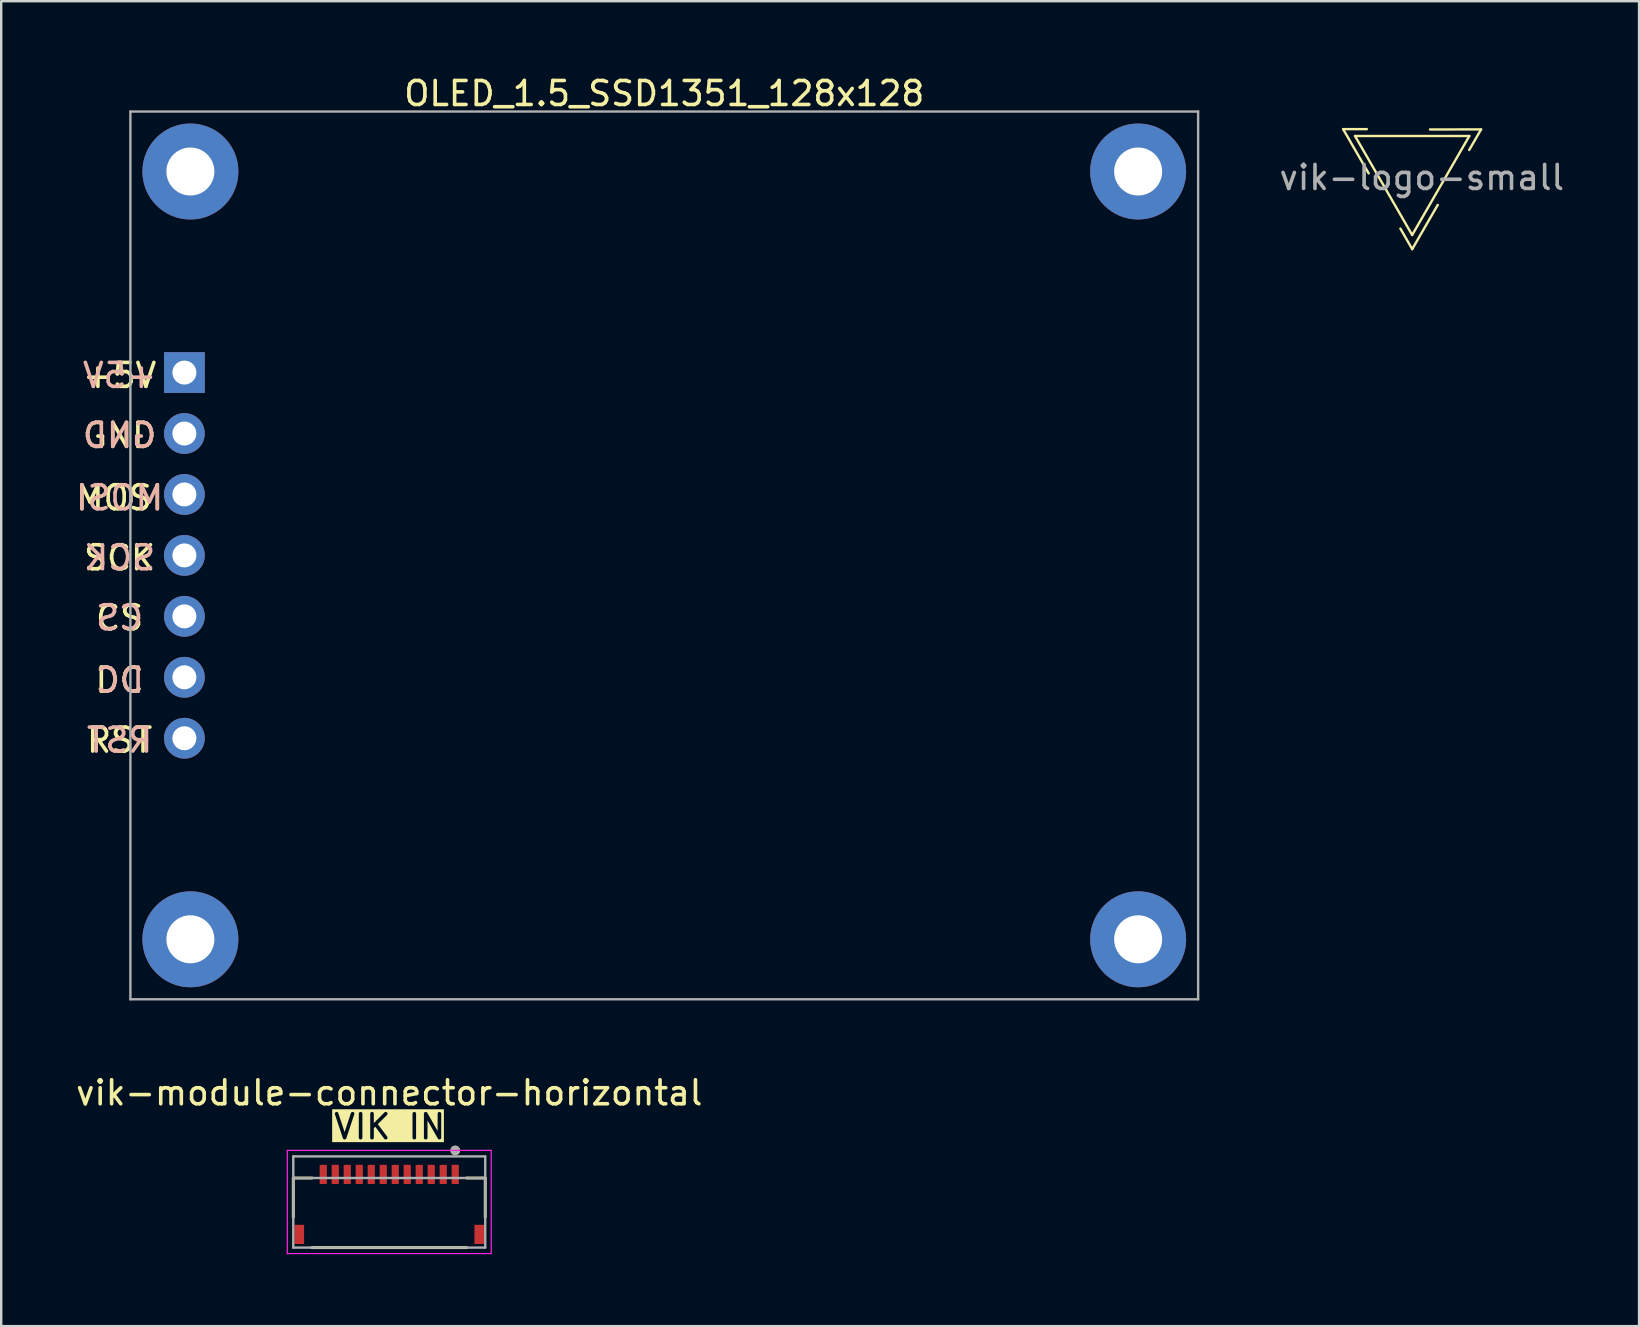
<source format=kicad_pcb>
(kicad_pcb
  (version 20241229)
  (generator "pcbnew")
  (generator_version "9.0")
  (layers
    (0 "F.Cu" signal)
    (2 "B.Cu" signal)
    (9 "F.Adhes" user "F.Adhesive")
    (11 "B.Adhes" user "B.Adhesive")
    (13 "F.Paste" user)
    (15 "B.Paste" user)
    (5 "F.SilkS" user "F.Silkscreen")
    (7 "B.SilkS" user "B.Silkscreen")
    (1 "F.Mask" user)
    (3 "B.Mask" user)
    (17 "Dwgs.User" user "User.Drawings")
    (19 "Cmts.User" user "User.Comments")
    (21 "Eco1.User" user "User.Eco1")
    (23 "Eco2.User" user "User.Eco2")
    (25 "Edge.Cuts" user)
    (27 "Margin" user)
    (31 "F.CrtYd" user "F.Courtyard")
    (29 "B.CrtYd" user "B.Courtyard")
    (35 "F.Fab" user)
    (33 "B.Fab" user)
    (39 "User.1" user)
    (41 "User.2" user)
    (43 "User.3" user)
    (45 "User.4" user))
  (footprint "vik-logo-small"
    (layer "F.Cu")
    (at 55.808 4.138)
    (property "Reference" "vik-logo-small" (at 0.18 -3.29 0) (unlocked yes) (layer "User.1") (effects (font (size 1 1) (thickness 0.15))))
    (attr smd)
    (fp_line (start -2.88 -1.806) (end -1.892 -1.806) (stroke (width 0.1) (type solid)) (layer "F.SilkS"))
    (fp_line (start -2.384 -1.52) (end 2.38 -1.52) (stroke (width 0.1) (type solid)) (layer "F.SilkS"))
    (fp_line (start -1.816 0.037) (end -2.88 -1.806) (stroke (width 0.1) (type solid)) (layer "F.SilkS"))
    (fp_line (start -0.002 2.606) (end -2.384 -1.52) (stroke (width 0.1) (type solid)) (layer "F.SilkS"))
    (fp_line (start 0.000114 3.195) (end -0.493 2.339) (stroke (width 0.1) (type solid)) (layer "F.SilkS"))
    (fp_line (start 0.741 -1.793) (end 2.87 -1.794) (stroke (width 0.1) (type solid)) (layer "F.SilkS"))
    (fp_line (start 1.064 1.352) (end 0.000114 3.195) (stroke (width 0.1) (type solid)) (layer "F.SilkS"))
    (fp_line (start 2.38 -1.52) (end -0.002 2.606) (stroke (width 0.1) (type solid)) (layer "F.SilkS"))
    (fp_line (start 2.87 -1.794) (end 2.375 -0.938) (stroke (width 0.1) (type solid)) (layer "F.SilkS"))
    (fp_text user "${REFERENCE}" (at 0.4 0.21 0) (unlocked yes) (layer "F.Fab") (effects (font (size 1 1) (thickness 0.15)))))
  (footprint "OLED_1.5_SSD1351_128x128"
    (layer "F.Cu")
    (at 24.635 20.098)
    (property "Reference" "OLED_1.5_SSD1351_128x128" (at 0 -19.25 0) (layer "F.SilkS") (effects (font (size 1 1) (thickness 0.15))))
    (attr through_hole)
    (fp_line (start -22.25 -18.5) (end 22.25 -18.5) (stroke (width 0.1) (type solid)) (layer "F.Fab"))
    (fp_line (start -22.25 18.5) (end -22.25 -18.5) (stroke (width 0.1) (type solid)) (layer "F.Fab"))
    (fp_line (start 22.25 -18.5) (end 22.25 18.5) (stroke (width 0.1) (type solid)) (layer "F.Fab"))
    (fp_line (start 22.25 18.5) (end -22.25 18.5) (stroke (width 0.1) (type solid)) (layer "F.Fab"))
    (fp_text user "+5V" (at -22.7 -7.5 0) (unlocked yes) (layer "F.SilkS") (effects (font (size 1 1) (thickness 0.15))))
    (fp_text user "MOSI" (at -22.7 -2.4 0) (unlocked yes) (layer "F.SilkS") (effects (font (size 1 1) (thickness 0.15))))
    (fp_text user "CS" (at -22.7 2.6 0) (unlocked yes) (layer "F.SilkS") (effects (font (size 1 1) (thickness 0.15))))
    (fp_text user "SCK" (at -22.7 0.1 0) (unlocked yes) (layer "F.SilkS") (effects (font (size 1 1) (thickness 0.15))))
    (fp_text user "DC" (at -22.7 5.2 0) (unlocked yes) (layer "F.SilkS") (effects (font (size 1 1) (thickness 0.15))))
    (fp_text user "RST" (at -22.7 7.7 0) (unlocked yes) (layer "F.SilkS") (effects (font (size 1 1) (thickness 0.15))))
    (fp_text user "GND" (at -22.7 -5 0) (unlocked yes) (layer "F.SilkS") (effects (font (size 1 1) (thickness 0.15))))
    (fp_text user "RST" (at -22.7 7.7 0) (unlocked yes) (layer "B.SilkS") (effects (font (size 1 1) (thickness 0.15)) (justify mirror)))
    (fp_text user "GND" (at -22.7 -5 0) (unlocked yes) (layer "B.SilkS") (effects (font (size 1 1) (thickness 0.15)) (justify mirror)))
    (fp_text user "CS" (at -22.7 2.6 0) (unlocked yes) (layer "B.SilkS") (effects (font (size 1 1) (thickness 0.15)) (justify mirror)))
    (fp_text user "MOSI" (at -22.7 -2.4 0) (unlocked yes) (layer "B.SilkS") (effects (font (size 1 1) (thickness 0.15)) (justify mirror)))
    (fp_text user "DC" (at -22.691 5.203 0) (unlocked yes) (layer "B.SilkS") (effects (font (size 1 1) (thickness 0.15)) (justify mirror)))
    (fp_text user "+5V" (at -22.7 -7.5 0) (unlocked yes) (layer "B.SilkS") (effects (font (size 1 1) (thickness 0.15)) (justify mirror)))
    (fp_text user "SCK" (at -22.7 0.1 0) (unlocked yes) (layer "B.SilkS") (effects (font (size 1 1) (thickness 0.15)) (justify mirror)))
    (pad "1" thru_hole rect (at -20 -7.62) (size 1.7 1.7) (drill 1) (layers "*.Cu" "*.Mask"))
    (pad "2" thru_hole oval (at -20 -5.08) (size 1.7 1.7) (drill 1) (layers "*.Cu" "*.Mask"))
    (pad "3" thru_hole oval (at -20 -2.54) (size 1.7 1.7) (drill 1) (layers "*.Cu" "*.Mask"))
    (pad "4" thru_hole oval (at -20 0) (size 1.7 1.7) (drill 1) (layers "*.Cu" "*.Mask"))
    (pad "5" thru_hole oval (at -20 2.54) (size 1.7 1.7) (drill 1) (layers "*.Cu" "*.Mask"))
    (pad "6" thru_hole oval (at -20 5.08) (size 1.7 1.7) (drill 1) (layers "*.Cu" "*.Mask"))
    (pad "7" thru_hole oval (at -20 7.62) (size 1.7 1.7) (drill 1) (layers "*.Cu" "*.Mask"))
    (pad "MP" thru_hole circle (at -19.75 -16) (size 4 4) (drill 2) (layers "*.Cu" "*.Mask"))
    (pad "MP" thru_hole circle (at -19.75 16) (size 4 4) (drill 2) (layers "*.Cu" "*.Mask"))
    (pad "MP" thru_hole circle (at 19.75 -16) (size 4 4) (drill 2) (layers "*.Cu" "*.Mask"))
    (pad "MP" thru_hole circle (at 19.75 16) (size 4 4) (drill 2) (layers "*.Cu" "*.Mask")))
  (footprint "vik-module-connector-horizontal"
    (layer "F.Cu")
    (at 13.173 48.397)
    (property "Reference" "vik-module-connector-horizontal" (at 0 -5.9 0) (layer "F.SilkS") (effects (font (size 1 1) (thickness 0.15))))
    (attr smd)
    (fp_line (start -4 -2.35) (end -4 -0.72) (stroke (width 0.12) (type solid)) (layer "F.SilkS"))
    (fp_line (start -3.23 0.55) (end 3.23 0.55) (stroke (width 0.12) (type solid)) (layer "F.SilkS"))
    (fp_line (start -3.22 -2.35) (end -4 -2.35) (stroke (width 0.12) (type solid)) (layer "F.SilkS"))
    (fp_line (start 3.22 -2.35) (end 4 -2.35) (stroke (width 0.12) (type solid)) (layer "F.SilkS"))
    (fp_line (start 4 -2.35) (end 4 -0.72) (stroke (width 0.12) (type solid)) (layer "F.SilkS"))
    (fp_circle (center 2.75 -3.5) (end 2.85 -3.5) (stroke (width 0.2) (type solid)) (fill no) (layer "F.SilkS"))
    (fp_poly (pts (xy -2.875 -2.9) (xy -2.625 -2.9) (xy -2.625 -2.25) (xy -2.875 -2.25)) (stroke (width 0.01) (type solid)) (fill yes) (layer "F.Paste"))
    (fp_poly (pts (xy -2.375 -2.9) (xy -2.125 -2.9) (xy -2.125 -2.25) (xy -2.375 -2.25)) (stroke (width 0.01) (type solid)) (fill yes) (layer "F.Paste"))
    (fp_poly (pts (xy -1.875 -2.9) (xy -1.625 -2.9) (xy -1.625 -2.25) (xy -1.875 -2.25)) (stroke (width 0.01) (type solid)) (fill yes) (layer "F.Paste"))
    (fp_poly (pts (xy -1.375 -2.9) (xy -1.125 -2.9) (xy -1.125 -2.25) (xy -1.375 -2.25)) (stroke (width 0.01) (type solid)) (fill yes) (layer "F.Paste"))
    (fp_poly (pts (xy -0.875 -2.9) (xy -0.625 -2.9) (xy -0.625 -2.25) (xy -0.875 -2.25)) (stroke (width 0.01) (type solid)) (fill yes) (layer "F.Paste"))
    (fp_poly (pts (xy -0.375 -2.9) (xy -0.125 -2.9) (xy -0.125 -2.25) (xy -0.375 -2.25)) (stroke (width 0.01) (type solid)) (fill yes) (layer "F.Paste"))
    (fp_poly (pts (xy 0.125 -2.9) (xy 0.375 -2.9) (xy 0.375 -2.25) (xy 0.125 -2.25)) (stroke (width 0.01) (type solid)) (fill yes) (layer "F.Paste"))
    (fp_poly (pts (xy 0.625 -2.9) (xy 0.875 -2.9) (xy 0.875 -2.25) (xy 0.625 -2.25)) (stroke (width 0.01) (type solid)) (fill yes) (layer "F.Paste"))
    (fp_poly (pts (xy 1.125 -2.9) (xy 1.375 -2.9) (xy 1.375 -2.25) (xy 1.125 -2.25)) (stroke (width 0.01) (type solid)) (fill yes) (layer "F.Paste"))
    (fp_poly (pts (xy 1.625 -2.9) (xy 1.875 -2.9) (xy 1.875 -2.25) (xy 1.625 -2.25)) (stroke (width 0.01) (type solid)) (fill yes) (layer "F.Paste"))
    (fp_poly (pts (xy 2.125 -2.9) (xy 2.375 -2.9) (xy 2.375 -2.25) (xy 2.125 -2.25)) (stroke (width 0.01) (type solid)) (fill yes) (layer "F.Paste"))
    (fp_poly (pts (xy 2.625 -2.9) (xy 2.875 -2.9) (xy 2.875 -2.25) (xy 2.625 -2.25)) (stroke (width 0.01) (type solid)) (fill yes) (layer "F.Paste"))
    (fp_line (start -4.25 -3.5) (end -4.25 0.8) (stroke (width 0.05) (type solid)) (layer "F.CrtYd"))
    (fp_line (start -4.25 0.8) (end 4.25 0.8) (stroke (width 0.05) (type solid)) (layer "F.CrtYd"))
    (fp_line (start 4.25 -3.5) (end -4.25 -3.5) (stroke (width 0.05) (type solid)) (layer "F.CrtYd"))
    (fp_line (start 4.25 0.8) (end 4.25 -3.5) (stroke (width 0.05) (type solid)) (layer "F.CrtYd"))
    (fp_line (start -4 -3.25) (end 4 -3.25) (stroke (width 0.1) (type solid)) (layer "F.Fab"))
    (fp_line (start -4 -2.35) (end 4 -2.35) (stroke (width 0.1) (type solid)) (layer "F.Fab"))
    (fp_line (start -4 0.55) (end -4 -3.25) (stroke (width 0.1) (type solid)) (layer "F.Fab"))
    (fp_line (start 4 -3.25) (end 4 0.55) (stroke (width 0.1) (type solid)) (layer "F.Fab"))
    (fp_line (start 4 0.55) (end -4 0.55) (stroke (width 0.1) (type solid)) (layer "F.Fab"))
    (fp_circle (center 2.75 -3.5) (end 2.85 -3.5) (stroke (width 0.2) (type solid)) (fill no) (layer "F.Fab"))
    (fp_text user "VIK IN" (at 0.02 -3.9 0) (unlocked yes) (layer "F.SilkS" knockout) (effects (font (size 1 1) (thickness 0.15)) (justify bottom)))
    (pad "1" smd rect (at 2.75 -2.5) (size 0.3 0.8) (layers "F.Cu" "F.Mask"))
    (pad "2" smd rect (at 2.25 -2.5) (size 0.3 0.8) (layers "F.Cu" "F.Mask"))
    (pad "3" smd rect (at 1.75 -2.5) (size 0.3 0.8) (layers "F.Cu" "F.Mask"))
    (pad "4" smd rect (at 1.25 -2.5) (size 0.3 0.8) (layers "F.Cu" "F.Mask"))
    (pad "5" smd rect (at 0.75 -2.5) (size 0.3 0.8) (layers "F.Cu" "F.Mask"))
    (pad "6" smd rect (at 0.25 -2.5) (size 0.3 0.8) (layers "F.Cu" "F.Mask"))
    (pad "7" smd rect (at -0.25 -2.5) (size 0.3 0.8) (layers "F.Cu" "F.Mask"))
    (pad "8" smd rect (at -0.75 -2.5) (size 0.3 0.8) (layers "F.Cu" "F.Mask"))
    (pad "9" smd rect (at -1.25 -2.5) (size 0.3 0.8) (layers "F.Cu" "F.Mask"))
    (pad "10" smd rect (at -1.75 -2.5) (size 0.3 0.8) (layers "F.Cu" "F.Mask"))
    (pad "11" smd rect (at -2.25 -2.5) (size 0.3 0.8) (layers "F.Cu" "F.Mask"))
    (pad "12" smd rect (at -2.75 -2.5) (size 0.3 0.8) (layers "F.Cu" "F.Mask"))
    (pad "MP" smd rect (at -3.75 0) (size 0.4 0.8) (layers "F.Cu" "F.Mask" "F.Paste"))
    (pad "MP" smd rect (at 3.75 0) (size 0.4 0.8) (layers "F.Cu" "F.Mask" "F.Paste")))
  (gr_rect
    (start -3 -3)
    (end 65.262 52.221)
    (stroke (width 0.1) (type default))
    (fill no)
    (layer "Edge.Cuts")))
</source>
